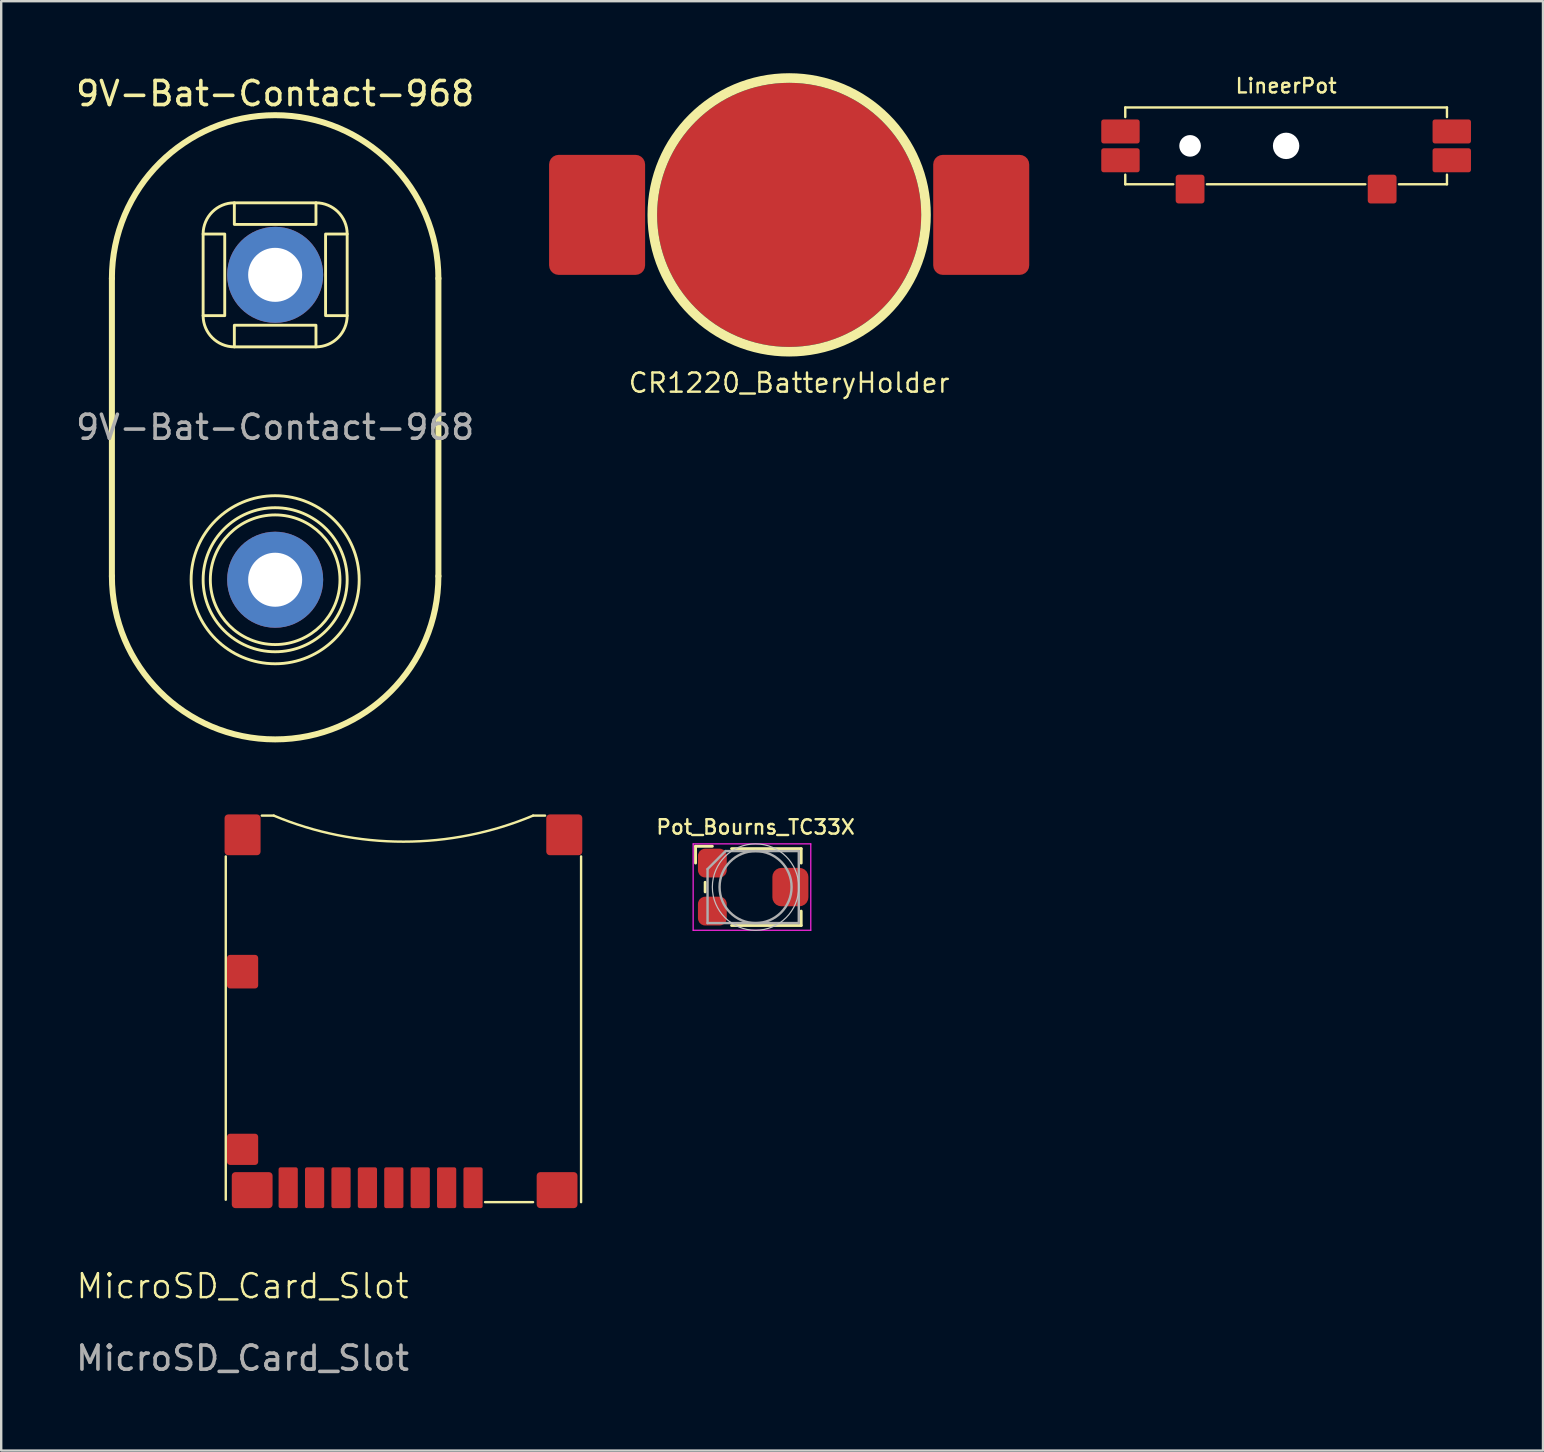
<source format=kicad_pcb>
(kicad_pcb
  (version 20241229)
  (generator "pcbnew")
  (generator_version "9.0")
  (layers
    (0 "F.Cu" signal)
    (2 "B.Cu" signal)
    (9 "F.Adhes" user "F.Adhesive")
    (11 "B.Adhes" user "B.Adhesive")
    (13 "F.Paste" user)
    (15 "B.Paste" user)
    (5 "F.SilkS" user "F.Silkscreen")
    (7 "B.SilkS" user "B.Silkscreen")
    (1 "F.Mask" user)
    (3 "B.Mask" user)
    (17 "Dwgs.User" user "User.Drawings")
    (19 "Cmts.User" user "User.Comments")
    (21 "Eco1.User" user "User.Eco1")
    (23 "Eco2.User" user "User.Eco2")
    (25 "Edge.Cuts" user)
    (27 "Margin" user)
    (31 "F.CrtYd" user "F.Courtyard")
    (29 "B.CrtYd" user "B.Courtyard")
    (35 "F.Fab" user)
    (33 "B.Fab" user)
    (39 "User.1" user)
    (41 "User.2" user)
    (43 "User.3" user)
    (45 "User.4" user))
  (footprint "MicroSD_Card_Slot"
    (layer "F.Cu")
    (at 7.054 31.723)
    (property "Reference" "MicroSD_Card_Slot" (at 0 18.8 0) (unlocked yes) (layer "F.SilkS") (effects (font (size 1 1) (thickness 0.1))))
    (attr smd)
    (fp_line (start -0.7 0.9) (end -0.7 15.2) (stroke (width 0.1) (type default)) (layer "F.SilkS"))
    (fp_line (start 0.8 -0.8) (end 1.3 -0.8) (stroke (width 0.1) (type default)) (layer "F.SilkS"))
    (fp_line (start 12.1 -0.8) (end 12.6 -0.8) (stroke (width 0.1) (type default)) (layer "F.SilkS"))
    (fp_line (start 12.1 15.3) (end 10.1 15.3) (stroke (width 0.1) (type default)) (layer "F.SilkS"))
    (fp_line (start 14.1 0.9) (end 14.1 15.3) (stroke (width 0.1) (type default)) (layer "F.SilkS"))
    (fp_arc (start 12.1 -0.8) (mid 6.7 0.284634) (end 1.300001 -0.8) (stroke (width 0.1) (type default)) (layer "F.SilkS"))
    (fp_text user "${REFERENCE}" (at 0 21.8 0) (unlocked yes) (layer "F.Fab") (effects (font (size 1 1) (thickness 0.15))))
    (pad "1" smd roundrect (at 9.6 14.7 90) (size 1.7 0.8) (layers "F.Cu" "F.Mask" "F.Paste") (roundrect_rratio 0.1))
    (pad "2" smd roundrect (at 8.5 14.7 90) (size 1.7 0.8) (layers "F.Cu" "F.Mask" "F.Paste") (roundrect_rratio 0.1))
    (pad "3" smd roundrect (at 7.4 14.7 90) (size 1.7 0.8) (layers "F.Cu" "F.Mask" "F.Paste") (roundrect_rratio 0.1))
    (pad "4" smd roundrect (at 6.3 14.7 90) (size 1.7 0.8) (layers "F.Cu" "F.Mask" "F.Paste") (roundrect_rratio 0.1))
    (pad "5" smd roundrect (at 5.2 14.7 90) (size 1.7 0.8) (layers "F.Cu" "F.Mask" "F.Paste") (roundrect_rratio 0.1))
    (pad "6" smd roundrect (at 4.1 14.7 90) (size 1.7 0.8) (layers "F.Cu" "F.Mask" "F.Paste") (roundrect_rratio 0.1))
    (pad "7" smd roundrect (at 3 14.7 90) (size 1.7 0.8) (layers "F.Cu" "F.Mask" "F.Paste") (roundrect_rratio 0.1))
    (pad "8" smd roundrect (at 1.9 14.7 90) (size 1.7 0.8) (layers "F.Cu" "F.Mask" "F.Paste") (roundrect_rratio 0.1))
    (pad "9" smd roundrect (at 0 0) (size 1.5 1.7) (layers "F.Cu" "F.Mask" "F.Paste") (roundrect_rratio 0.1))
    (pad "9" smd roundrect (at 0 5.7 90) (size 1.4 1.3) (layers "F.Cu" "F.Mask" "F.Paste") (roundrect_rratio 0.1))
    (pad "9" smd roundrect (at 0 13.1 90) (size 1.3 1.3) (layers "F.Cu" "F.Mask" "F.Paste") (roundrect_rratio 0.1))
    (pad "9" smd roundrect (at 0.4 14.8 90) (size 1.5 1.7) (layers "F.Cu" "F.Mask" "F.Paste") (roundrect_rratio 0.1))
    (pad "9" smd roundrect (at 13.1 14.8 90) (size 1.5 1.7) (layers "F.Cu" "F.Mask" "F.Paste") (roundrect_rratio 0.1))
    (pad "9" smd roundrect (at 13.4 0) (size 1.5 1.7) (layers "F.Cu" "F.Mask" "F.Paste") (roundrect_rratio 0.1)))
  (footprint "LineerPot"
    (layer "F.Cu")
    (at 50.521 3.026)
    (property "Reference" "LineerPot" (at 0 -2.5 0) (layer "F.SilkS") (effects (font (size 0.6 0.6) (thickness 0.1) (bold yes))))
    (attr smd)
    (fp_line (start -6.7 -1.6) (end 6.7 -1.6) (stroke (width 0.1) (type default)) (layer "F.SilkS"))
    (fp_line (start -6.7 -1.2) (end -6.7 -1.6) (stroke (width 0.1) (type default)) (layer "F.SilkS"))
    (fp_line (start -6.7 1.6) (end -6.7 1.2) (stroke (width 0.1) (type default)) (layer "F.SilkS"))
    (fp_line (start -4.7 1.6) (end -6.7 1.6) (stroke (width 0.1) (type default)) (layer "F.SilkS"))
    (fp_line (start 3.3 1.6) (end -3.3 1.6) (stroke (width 0.1) (type default)) (layer "F.SilkS"))
    (fp_line (start 6.7 -1.6) (end 6.7 -1.2) (stroke (width 0.1) (type default)) (layer "F.SilkS"))
    (fp_line (start 6.7 1.2) (end 6.7 1.6) (stroke (width 0.1) (type default)) (layer "F.SilkS"))
    (fp_line (start 6.7 1.6) (end 4.7 1.6) (stroke (width 0.1) (type default)) (layer "F.SilkS"))
    (pad "" np_thru_hole circle (at -4 0) (size 0.9 0.9) (drill 0.9) (layers "*.Cu" "*.Mask"))
    (pad "" np_thru_hole circle (at 0 0) (size 1.1 1.1) (drill 1.1) (layers "*.Cu" "*.Mask"))
    (pad "1" smd roundrect (at -6.9 0.6) (size 1.6 1) (layers "F.Cu" "F.Mask" "F.Paste") (roundrect_rratio 0.1))
    (pad "2" smd roundrect (at -6.9 -0.6) (size 1.6 1) (layers "F.Cu" "F.Mask" "F.Paste") (roundrect_rratio 0.1))
    (pad "3" smd roundrect (at 6.9 0.6) (size 1.6 1) (layers "F.Cu" "F.Mask" "F.Paste") (roundrect_rratio 0.1))
    (pad "G" smd roundrect (at -4 1.8) (size 1.2 1.2) (layers "F.Cu" "F.Mask" "F.Paste") (roundrect_rratio 0.1))
    (pad "G" smd roundrect (at 4 1.8) (size 1.2 1.2) (layers "F.Cu" "F.Mask" "F.Paste") (roundrect_rratio 0.1))
    (pad "NC" smd roundrect (at 6.9 -0.6) (size 1.6 1) (layers "F.Cu" "F.Mask" "F.Paste") (roundrect_rratio 0.1)))
  (footprint "Pot_Bourns_TC33X"
    (layer "F.Cu")
    (at 28.422 33.9)
    (property "Reference" "Pot_Bourns_TC33X" (at 0 -2.5 0) (layer "F.SilkS") (effects (font (size 0.6 0.6) (thickness 0.1) (bold yes))))
    (attr smd)
    (fp_line (start -2.5 -1.7) (end -2.5 -1) (stroke (width 0.12) (type solid)) (layer "F.SilkS"))
    (fp_line (start -2.1 -0.2) (end -2.1 0.2) (stroke (width 0.12) (type solid)) (layer "F.SilkS"))
    (fp_line (start -1.8 -1.7) (end -2.5 -1.7) (stroke (width 0.12) (type solid)) (layer "F.SilkS"))
    (fp_line (start -1 -1.6) (end 1.9 -1.6) (stroke (width 0.12) (type solid)) (layer "F.SilkS"))
    (fp_line (start -1 1.6) (end 1.9 1.6) (stroke (width 0.12) (type solid)) (layer "F.SilkS"))
    (fp_line (start 1.9 -1.6) (end 1.9 -1) (stroke (width 0.12) (type solid)) (layer "F.SilkS"))
    (fp_line (start 1.9 1.6) (end 1.9 1) (stroke (width 0.12) (type solid)) (layer "F.SilkS"))
    (fp_circle (center 0 0) (end 1.8 0) (stroke (width 0.05) (type solid)) (fill no) (layer "Dwgs.User"))
    (fp_line (start -2.6 -1.8) (end 2.3 -1.8) (stroke (width 0.05) (type solid)) (layer "F.CrtYd"))
    (fp_line (start -2.6 1.8) (end -2.6 -1.8) (stroke (width 0.05) (type solid)) (layer "F.CrtYd"))
    (fp_line (start 2.3 -1.8) (end 2.3 1.8) (stroke (width 0.05) (type solid)) (layer "F.CrtYd"))
    (fp_line (start 2.3 1.8) (end -2.6 1.8) (stroke (width 0.05) (type solid)) (layer "F.CrtYd"))
    (fp_line (start -2 -0.75) (end -2 1.5) (stroke (width 0.1) (type solid)) (layer "F.Fab"))
    (fp_line (start -2 1.5) (end 1.8 1.5) (stroke (width 0.1) (type solid)) (layer "F.Fab"))
    (fp_line (start -1.25 -1.5) (end -2 -0.75) (stroke (width 0.1) (type solid)) (layer "F.Fab"))
    (fp_line (start 1.8 -1.5) (end -1.25 -1.5) (stroke (width 0.1) (type solid)) (layer "F.Fab"))
    (fp_line (start 1.8 1.5) (end 1.8 -1.5) (stroke (width 0.1) (type solid)) (layer "F.Fab"))
    (fp_circle (center 0 0) (end 1.5 0) (stroke (width 0.1) (type solid)) (fill no) (layer "F.Fab"))
    (pad "1" smd roundrect (at -1.8 -1) (size 1.2 1.2) (layers "F.Cu" "F.Mask" "F.Paste") (roundrect_rratio 0.25))
    (pad "2" smd roundrect (at 1.45 0) (size 1.5 1.6) (layers "F.Cu" "F.Mask" "F.Paste") (roundrect_rratio 0.25))
    (pad "3" smd roundrect (at -1.8 1) (size 1.2 1.2) (layers "F.Cu" "F.Mask" "F.Paste") (roundrect_rratio 0.25)))
  (footprint "CR1220_BatteryHolder"
    (layer "F.Cu")
    (at 29.821 5.9)
    (property "Reference" "CR1220_BatteryHolder" (at 0 7 0) (unlocked yes) (layer "F.SilkS") (effects (font (size 0.8 0.8) (thickness 0.1))))
    (attr smd)
    (fp_circle (center 0 0) (end 5.7 0) (stroke (width 0.4) (type solid)) (fill no) (layer "F.SilkS"))
    (pad "1" smd circle (at 0 0) (size 11 11) (layers "F.Cu" "F.Mask" "F.Paste"))
    (pad "2" smd roundrect (at -8 0) (size 4 5) (layers "F.Cu" "F.Mask" "F.Paste") (roundrect_rratio 0.1))
    (pad "2" smd roundrect (at 8 0) (size 4 5) (layers "F.Cu" "F.Mask" "F.Paste") (roundrect_rratio 0.1)))
  (footprint "9V-Bat-Contact-968"
    (layer "F.Cu")
    (at 8.411 14.748)
    (property "Reference" "9V-Bat-Contact-968" (at 0 -13.9 0) (unlocked yes) (layer "F.SilkS") (effects (font (size 1 1) (thickness 0.15))))
    (attr through_hole)
    (fp_line (start -6.8 6.2) (end -6.8 -6.2) (stroke (width 0.25) (type default)) (layer "F.SilkS"))
    (fp_line (start 6.8 6.2) (end 6.8 -6.2) (stroke (width 0.25) (type default)) (layer "F.SilkS"))
    (fp_rect (start -3 -4.65) (end -2.1 -8.05) (stroke (width 0.12) (type default)) (fill no) (layer "F.SilkS"))
    (fp_rect (start -1.7 -9.35) (end 1.7 -8.45) (stroke (width 0.12) (type default)) (fill no) (layer "F.SilkS"))
    (fp_rect (start -1.7 -4.25) (end 1.7 -3.35) (stroke (width 0.12) (type default)) (fill no) (layer "F.SilkS"))
    (fp_rect (start 3 -8.05) (end 2.1 -4.65) (stroke (width 0.12) (type default)) (fill no) (layer "F.SilkS"))
    (fp_arc (start -6.8 -6.2) (mid 0 -13) (end 6.8 -6.2) (stroke (width 0.25) (type default)) (layer "F.SilkS"))
    (fp_arc (start -3 -8.05) (mid -2.619239 -8.969239) (end -1.7 -9.35) (stroke (width 0.12) (type default)) (layer "F.SilkS"))
    (fp_arc (start -1.7 -3.35) (mid -2.619239 -3.730761) (end -3 -4.65) (stroke (width 0.12) (type default)) (layer "F.SilkS"))
    (fp_arc (start 1.7 -9.35) (mid 2.619239 -8.969239) (end 3 -8.05) (stroke (width 0.12) (type default)) (layer "F.SilkS"))
    (fp_arc (start 3 -4.65) (mid 2.619239 -3.730761) (end 1.7 -3.35) (stroke (width 0.12) (type default)) (layer "F.SilkS"))
    (fp_arc (start 6.8 6.2) (mid 0 13) (end -6.8 6.2) (stroke (width 0.25) (type default)) (layer "F.SilkS"))
    (fp_circle (center 0 6.35) (end 2.7 6.35) (stroke (width 0.12) (type default)) (fill no) (layer "F.SilkS"))
    (fp_circle (center 0 6.35) (end 3 6.35) (stroke (width 0.12) (type default)) (fill no) (layer "F.SilkS"))
    (fp_circle (center 0 6.35) (end 3.5 6.35) (stroke (width 0.12) (type default)) (fill no) (layer "F.SilkS"))
    (fp_text user "${REFERENCE}" (at 0 0 0) (unlocked yes) (layer "F.Fab") (effects (font (size 1 1) (thickness 0.15))))
    (pad "1" thru_hole circle (at 0 -6.35) (size 4 4) (drill 2.25) (layers "*.Cu" "*.Mask"))
    (pad "2" thru_hole circle (at 0 6.35) (size 4 4) (drill 2.25) (layers "*.Cu" "*.Mask")))
  (gr_rect
    (start -3 -3)
    (end 61.221 57.371)
    (stroke (width 0.1) (type default))
    (fill no)
    (layer "Edge.Cuts")))
</source>
